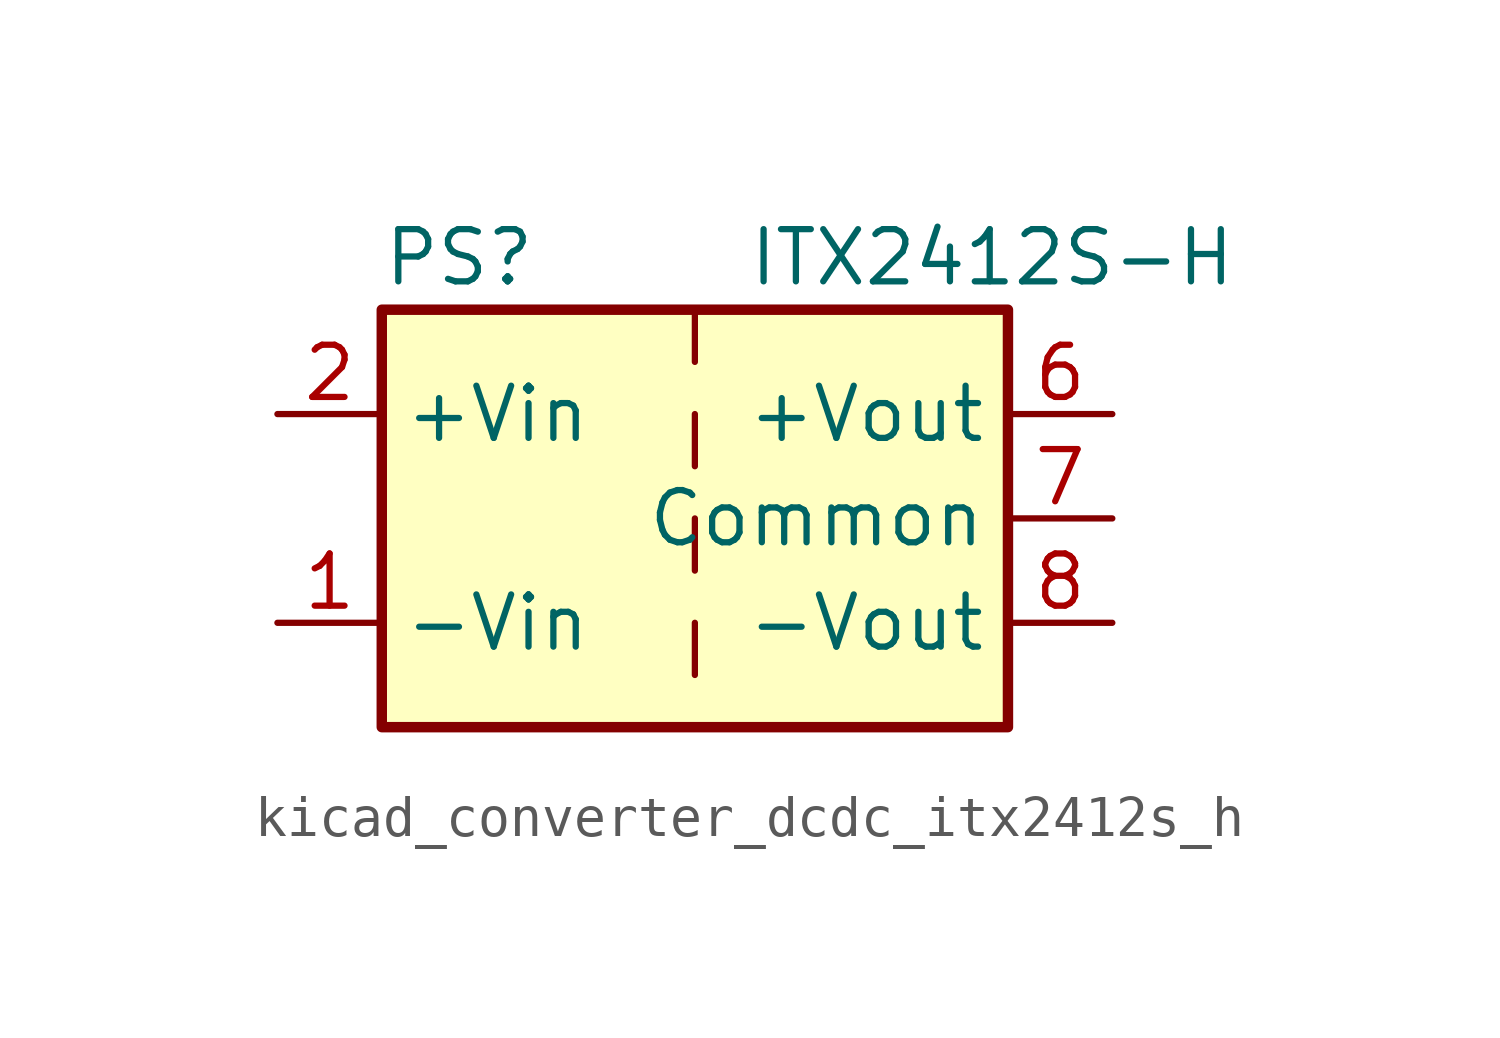
<source format=kicad_sym>
(kicad_symbol_lib
  (version 20220914)
  (generator kicad_symbol_editor)
  (symbol "kicad_converter_dcdc_itx2412s_h"
    (property "Reference" "PS"
      (at -7.62 6.35 0)
      (effects (font (size 1.27 1.27)) (justify left)))
    (property "Value" "ITX2412S-H"
      (at 1.27 6.35 0)
      (effects (font (size 1.27 1.27)) (justify left)))
    (symbol "kicad_converter_dcdc_itx2412s_h_0_0"
      (pin power_in line (at -10.16 -2.54 0) (length 2.54) (name "-Vin" (effects (font (size 1.27 1.27)))) (number "1" (effects (font (size 1.27 1.27)))))
      (pin power_in line (at -10.16 2.54 0) (length 2.54) (name "+Vin" (effects (font (size 1.27 1.27)))) (number "2" (effects (font (size 1.27 1.27)))))
      (pin no_connect line (at 0 -5.08 90) (length 2.54) hide (name "NC" (effects (font (size 1.27 1.27)))) (number "3" (effects (font (size 1.27 1.27)))))
      (pin no_connect line (at 0 5.08 270) (length 2.54) hide (name "NC" (effects (font (size 1.27 1.27)))) (number "5" (effects (font (size 1.27 1.27)))))
      (pin power_out line (at 10.16 2.54 180) (length 2.54) (name "+Vout" (effects (font (size 1.27 1.27)))) (number "6" (effects (font (size 1.27 1.27)))))
      (pin power_out line (at 10.16 0 180) (length 2.54) (name "Common" (effects (font (size 1.27 1.27)))) (number "7" (effects (font (size 1.27 1.27)))))
      (pin power_out line (at 10.16 -2.54 180) (length 2.54) (name "-Vout" (effects (font (size 1.27 1.27)))) (number "8" (effects (font (size 1.27 1.27))))))
    (symbol "kicad_converter_dcdc_itx2412s_h_0_1"
      (rectangle (start -7.62 5.08) (end 7.62 -5.08) (stroke (width 0.254) (type default)) (fill (type background)))
      (polyline (pts (xy 0 -2.54) (xy 0 -3.81)) (stroke (width 0) (type default)) (fill (type none)))
      (polyline (pts (xy 0 0) (xy 0 -1.27)) (stroke (width 0) (type default)) (fill (type none)))
      (polyline (pts (xy 0 2.54) (xy 0 1.27)) (stroke (width 0) (type default)) (fill (type none)))
      (polyline (pts (xy 0 5.08) (xy 0 3.81)) (stroke (width 0) (type default)) (fill (type none))))))
</source>
